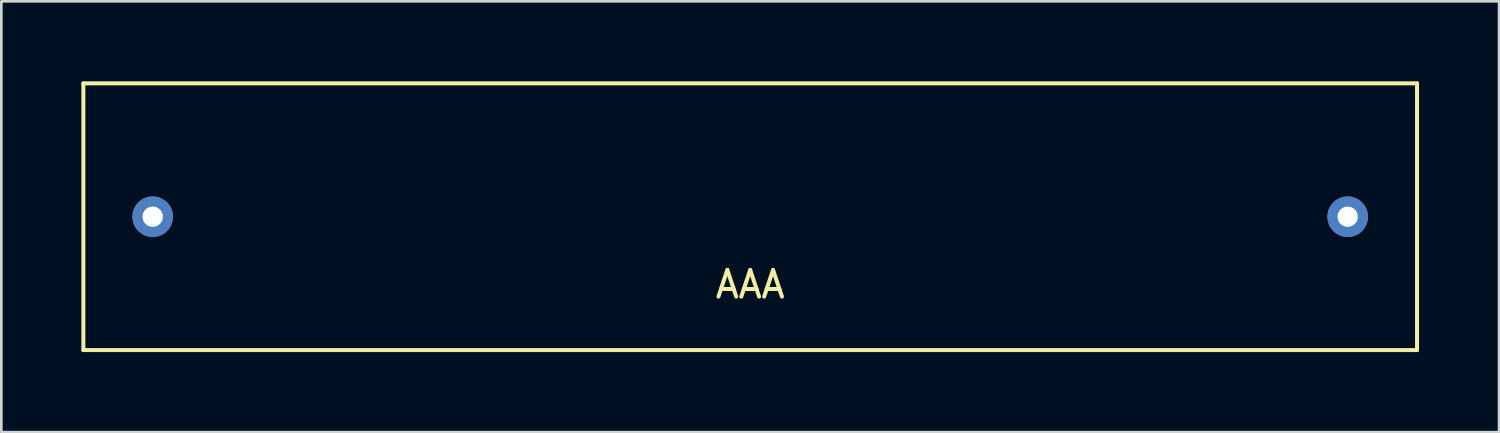
<source format=kicad_pcb>
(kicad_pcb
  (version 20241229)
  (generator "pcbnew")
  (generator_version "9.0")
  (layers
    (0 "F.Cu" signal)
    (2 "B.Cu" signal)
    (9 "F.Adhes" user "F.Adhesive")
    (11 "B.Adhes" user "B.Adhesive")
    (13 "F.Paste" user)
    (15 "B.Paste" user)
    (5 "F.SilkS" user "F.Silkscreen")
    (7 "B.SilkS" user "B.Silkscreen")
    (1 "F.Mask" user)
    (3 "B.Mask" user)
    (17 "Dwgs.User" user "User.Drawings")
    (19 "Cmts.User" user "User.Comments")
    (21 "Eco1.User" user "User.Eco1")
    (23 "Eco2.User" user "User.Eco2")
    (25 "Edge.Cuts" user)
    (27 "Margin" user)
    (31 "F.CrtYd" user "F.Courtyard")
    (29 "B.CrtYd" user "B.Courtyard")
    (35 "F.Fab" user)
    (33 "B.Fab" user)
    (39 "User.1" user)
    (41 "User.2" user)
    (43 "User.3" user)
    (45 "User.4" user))
  (footprint "AAA"
    (layer "F.Cu")
    (at 25.075 5.075)
    (property "Reference" "AAA" (at 0 2.54 0) (layer "F.SilkS") (effects (font (size 1 1) (thickness 0.15))))
    (attr through_hole)
    (fp_line (start -25 -5) (end -25 5) (stroke (width 0.15) (type solid)) (layer "F.SilkS"))
    (fp_line (start -25 5) (end 25 5) (stroke (width 0.15) (type solid)) (layer "F.SilkS"))
    (fp_line (start 25 -5) (end -25 -5) (stroke (width 0.15) (type solid)) (layer "F.SilkS"))
    (fp_line (start 25 5) (end 25 -5) (stroke (width 0.15) (type solid)) (layer "F.SilkS"))
    (pad "1" thru_hole circle (at 22.4 0) (size 1.524 1.524) (drill 0.762) (layers "*.Cu" "*.Mask"))
    (pad "2" thru_hole circle (at -22.4 0) (size 1.524 1.524) (drill 0.762) (layers "*.Cu" "*.Mask")))
  (gr_rect
    (start -3 -3)
    (end 53.15 13.15)
    (stroke (width 0.1) (type default))
    (fill no)
    (layer "Edge.Cuts")))
</source>
